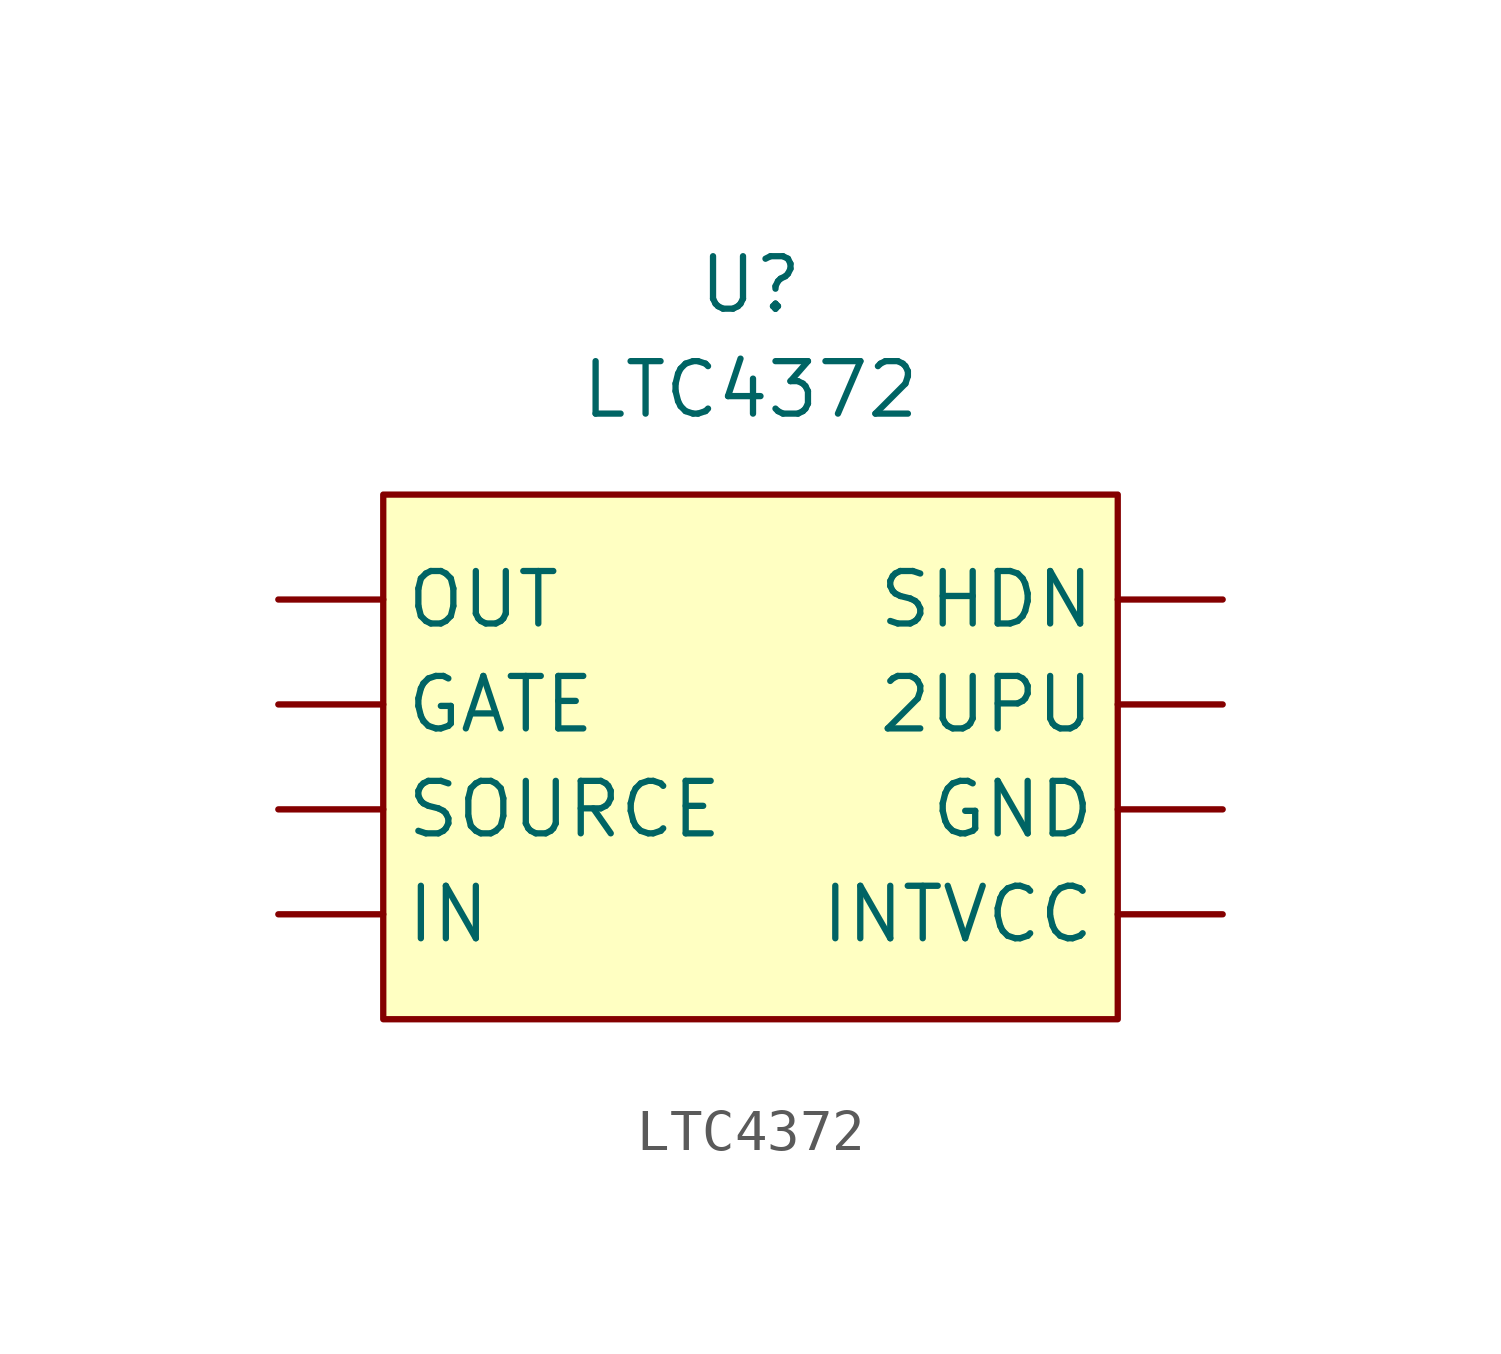
<source format=kicad_sym>
(kicad_symbol_lib
  (version 20220914)
  (generator kicad_symbol_editor)
  (symbol "LTC4372"
    (property "Reference" "U"
      (at 0 13.97 0)
      (effects (font (size 1.27 1.27))))
    (property "Value" "LTC4372"
      (at 0 11.43 0)
      (effects (font (size 1.27 1.27))))
    (symbol "LTC4372_1_1"
      (rectangle (start -8.89 8.89) (end 8.89 -3.81) (stroke (width 0) (type default)) (fill (type background)))
      (pin input line (at 11.43 3.81 180) (length 2.54) (name "2UPU" (effects (font (size 1.27 1.27)))) (number "" (effects (font (size 1.27 1.27)))))
      (pin input line (at -11.43 3.81 0) (length 2.54) (name "GATE" (effects (font (size 1.27 1.27)))) (number "" (effects (font (size 1.27 1.27)))))
      (pin input line (at 11.43 1.27 180) (length 2.54) (name "GND" (effects (font (size 1.27 1.27)))) (number "" (effects (font (size 1.27 1.27)))))
      (pin input line (at -11.43 -1.27 0) (length 2.54) (name "IN" (effects (font (size 1.27 1.27)))) (number "" (effects (font (size 1.27 1.27)))))
      (pin input line (at 11.43 -1.27 180) (length 2.54) (name "INTVCC" (effects (font (size 1.27 1.27)))) (number "" (effects (font (size 1.27 1.27)))))
      (pin input line (at -11.43 6.35 0) (length 2.54) (name "OUT" (effects (font (size 1.27 1.27)))) (number "" (effects (font (size 1.27 1.27)))))
      (pin input line (at 11.43 6.35 180) (length 2.54) (name "SHDN" (effects (font (size 1.27 1.27)))) (number "" (effects (font (size 1.27 1.27)))))
      (pin input line (at -11.43 1.27 0) (length 2.54) (name "SOURCE" (effects (font (size 1.27 1.27)))) (number "" (effects (font (size 1.27 1.27))))))))
</source>
